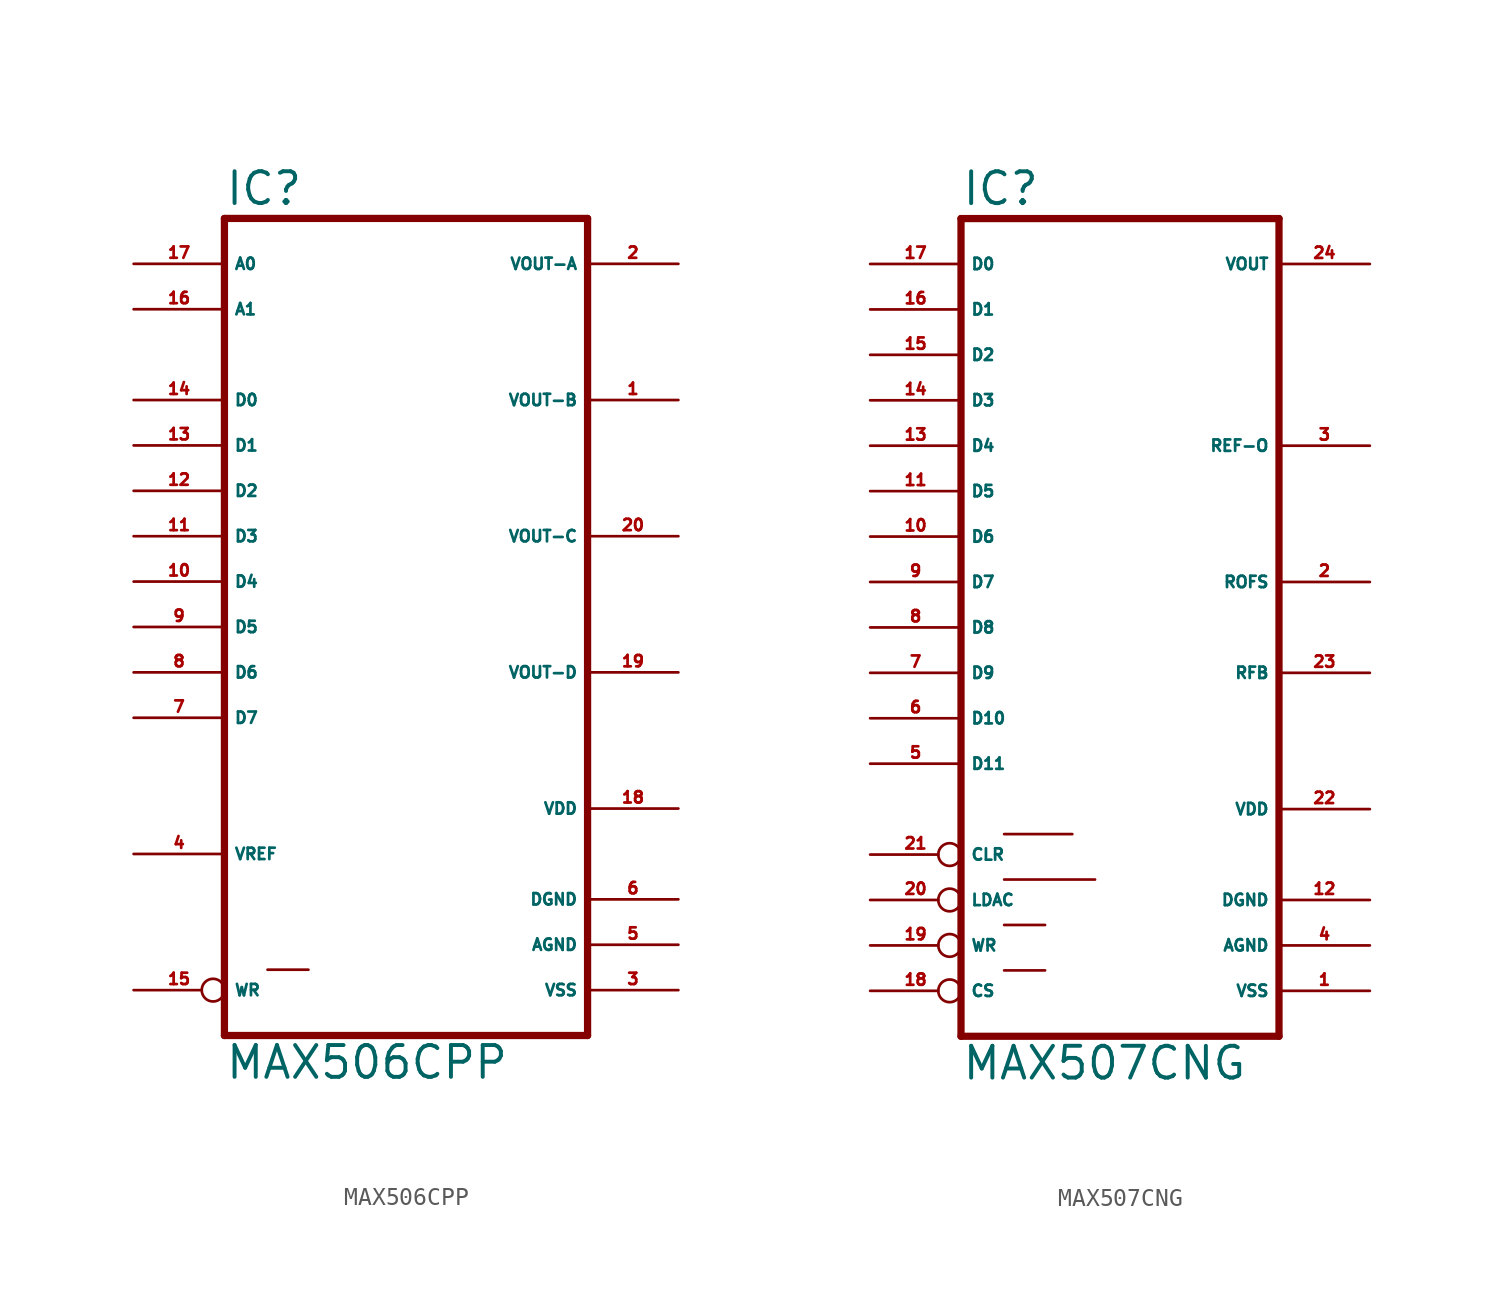
<source format=kicad_sym>
(kicad_symbol_lib
  (version 20220914)
  (generator Eagle2Kicad)
  (symbol "MAX506CPP"
    (property "Reference" "IC"
      (at -10.16 23.495 0)
      (effects (font (size 1.778 1.778) (thickness 0.22)) (justify left bottom)))
    (property "Value" "MAX506CPP"
      (at -10.16 -25.4 0)
      (effects (font (size 1.778 1.778) (thickness 0.22)) (justify left bottom)))
    (polyline
      (pts (xy -10.16 -22.86) (xy 10.16 -22.86))
      (stroke (width 0.406) (type default))
      (fill (type none)))
    (polyline
      (pts (xy 10.16 22.86) (xy 10.16 -22.86))
      (stroke (width 0.406) (type default))
      (fill (type none)))
    (polyline
      (pts (xy 10.16 22.86) (xy -10.16 22.86))
      (stroke (width 0.406) (type default))
      (fill (type none)))
    (polyline
      (pts (xy -10.16 -22.86) (xy -10.16 22.86))
      (stroke (width 0.406) (type default))
      (fill (type none)))
    (polyline
      (pts (xy -7.747 -19.177) (xy -5.461 -19.177))
      (stroke (width 0.152) (type default))
      (fill (type none)))
    (pin input line
      (at -15.24 0 0)
      (length 5.08)
      (name "D5" (effects (font (size 0.635 0.635) (thickness 0.08)) (justify left bottom)))
      (number "9" (effects (font (size 0.635 0.635) (thickness 0.08)) (justify left bottom))))
    (pin input line
      (at -15.24 -2.54 0)
      (length 5.08)
      (name "D6" (effects (font (size 0.635 0.635) (thickness 0.08)) (justify left bottom)))
      (number "8" (effects (font (size 0.635 0.635) (thickness 0.08)) (justify left bottom))))
    (pin input line
      (at -15.24 -5.08 0)
      (length 5.08)
      (name "D7" (effects (font (size 0.635 0.635) (thickness 0.08)) (justify left bottom)))
      (number "7" (effects (font (size 0.635 0.635) (thickness 0.08)) (justify left bottom))))
    (pin input line
      (at -15.24 12.7 0)
      (length 5.08)
      (name "D0" (effects (font (size 0.635 0.635) (thickness 0.08)) (justify left bottom)))
      (number "14" (effects (font (size 0.635 0.635) (thickness 0.08)) (justify left bottom))))
    (pin input line
      (at -15.24 10.16 0)
      (length 5.08)
      (name "D1" (effects (font (size 0.635 0.635) (thickness 0.08)) (justify left bottom)))
      (number "13" (effects (font (size 0.635 0.635) (thickness 0.08)) (justify left bottom))))
    (pin input line
      (at -15.24 7.62 0)
      (length 5.08)
      (name "D2" (effects (font (size 0.635 0.635) (thickness 0.08)) (justify left bottom)))
      (number "12" (effects (font (size 0.635 0.635) (thickness 0.08)) (justify left bottom))))
    (pin input line
      (at -15.24 5.08 0)
      (length 5.08)
      (name "D3" (effects (font (size 0.635 0.635) (thickness 0.08)) (justify left bottom)))
      (number "11" (effects (font (size 0.635 0.635) (thickness 0.08)) (justify left bottom))))
    (pin input line
      (at -15.24 2.54 0)
      (length 5.08)
      (name "D4" (effects (font (size 0.635 0.635) (thickness 0.08)) (justify left bottom)))
      (number "10" (effects (font (size 0.635 0.635) (thickness 0.08)) (justify left bottom))))
    (pin input line
      (at -15.24 20.32 0)
      (length 5.08)
      (name "A0" (effects (font (size 0.635 0.635) (thickness 0.08)) (justify left bottom)))
      (number "17" (effects (font (size 0.635 0.635) (thickness 0.08)) (justify left bottom))))
    (pin input line
      (at -15.24 17.78 0)
      (length 5.08)
      (name "A1" (effects (font (size 0.635 0.635) (thickness 0.08)) (justify left bottom)))
      (number "16" (effects (font (size 0.635 0.635) (thickness 0.08)) (justify left bottom))))
    (pin output line
      (at 15.24 20.32 180)
      (length 5.08)
      (name "VOUT-A" (effects (font (size 0.635 0.635) (thickness 0.08)) (justify left bottom)))
      (number "2" (effects (font (size 0.635 0.635) (thickness 0.08)) (justify left bottom))))
    (pin input inverted
      (at -15.24 -20.32 0)
      (length 5.08)
      (name "WR" (effects (font (size 0.635 0.635) (thickness 0.08)) (justify left bottom)))
      (number "15" (effects (font (size 0.635 0.635) (thickness 0.08)) (justify left bottom))))
    (pin unspecified line
      (at 15.24 -17.78 180)
      (length 5.08)
      (name "AGND" (effects (font (size 0.635 0.635) (thickness 0.08)) (justify left bottom)))
      (number "5" (effects (font (size 0.635 0.635) (thickness 0.08)) (justify left bottom))))
    (pin unspecified line
      (at 15.24 -15.24 180)
      (length 5.08)
      (name "DGND" (effects (font (size 0.635 0.635) (thickness 0.08)) (justify left bottom)))
      (number "6" (effects (font (size 0.635 0.635) (thickness 0.08)) (justify left bottom))))
    (pin unspecified line
      (at 15.24 -10.16 180)
      (length 5.08)
      (name "VDD" (effects (font (size 0.635 0.635) (thickness 0.08)) (justify left bottom)))
      (number "18" (effects (font (size 0.635 0.635) (thickness 0.08)) (justify left bottom))))
    (pin output line
      (at 15.24 12.7 180)
      (length 5.08)
      (name "VOUT-B" (effects (font (size 0.635 0.635) (thickness 0.08)) (justify left bottom)))
      (number "1" (effects (font (size 0.635 0.635) (thickness 0.08)) (justify left bottom))))
    (pin output line
      (at 15.24 5.08 180)
      (length 5.08)
      (name "VOUT-C" (effects (font (size 0.635 0.635) (thickness 0.08)) (justify left bottom)))
      (number "20" (effects (font (size 0.635 0.635) (thickness 0.08)) (justify left bottom))))
    (pin output line
      (at 15.24 -2.54 180)
      (length 5.08)
      (name "VOUT-D" (effects (font (size 0.635 0.635) (thickness 0.08)) (justify left bottom)))
      (number "19" (effects (font (size 0.635 0.635) (thickness 0.08)) (justify left bottom))))
    (pin input line
      (at -15.24 -12.7 0)
      (length 5.08)
      (name "VREF" (effects (font (size 0.635 0.635) (thickness 0.08)) (justify left bottom)))
      (number "4" (effects (font (size 0.635 0.635) (thickness 0.08)) (justify left bottom))))
    (pin unspecified line
      (at 15.24 -20.32 180)
      (length 5.08)
      (name "VSS" (effects (font (size 0.635 0.635) (thickness 0.08)) (justify left bottom)))
      (number "3" (effects (font (size 0.635 0.635) (thickness 0.08)) (justify left bottom)))))
  (symbol "MAX507CNG"
    (property "Reference" "IC"
      (at -10.16 23.495 0)
      (effects (font (size 1.778 1.778) (thickness 0.22)) (justify left bottom)))
    (property "Value" "MAX507CNG"
      (at -10.16 -25.4 0)
      (effects (font (size 1.778 1.778) (thickness 0.22)) (justify left bottom)))
    (polyline
      (pts (xy -10.16 -22.86) (xy 7.62 -22.86))
      (stroke (width 0.406) (type default))
      (fill (type none)))
    (polyline
      (pts (xy 7.62 22.86) (xy 7.62 -22.86))
      (stroke (width 0.406) (type default))
      (fill (type none)))
    (polyline
      (pts (xy 7.62 22.86) (xy -10.16 22.86))
      (stroke (width 0.406) (type default))
      (fill (type none)))
    (polyline
      (pts (xy -10.16 -22.86) (xy -10.16 22.86))
      (stroke (width 0.406) (type default))
      (fill (type none)))
    (polyline
      (pts (xy -7.747 -14.097) (xy -2.667 -14.097))
      (stroke (width 0.152) (type default))
      (fill (type none)))
    (polyline
      (pts (xy -7.747 -19.177) (xy -5.461 -19.177))
      (stroke (width 0.152) (type default))
      (fill (type none)))
    (polyline
      (pts (xy -7.747 -11.557) (xy -3.937 -11.557))
      (stroke (width 0.152) (type default))
      (fill (type none)))
    (polyline
      (pts (xy -7.747 -16.637) (xy -5.461 -16.637))
      (stroke (width 0.152) (type default))
      (fill (type none)))
    (pin input line
      (at -15.24 7.62 0)
      (length 5.08)
      (name "D5" (effects (font (size 0.635 0.635) (thickness 0.08)) (justify left bottom)))
      (number "11" (effects (font (size 0.635 0.635) (thickness 0.08)) (justify left bottom))))
    (pin input line
      (at -15.24 5.08 0)
      (length 5.08)
      (name "D6" (effects (font (size 0.635 0.635) (thickness 0.08)) (justify left bottom)))
      (number "10" (effects (font (size 0.635 0.635) (thickness 0.08)) (justify left bottom))))
    (pin input line
      (at -15.24 2.54 0)
      (length 5.08)
      (name "D7" (effects (font (size 0.635 0.635) (thickness 0.08)) (justify left bottom)))
      (number "9" (effects (font (size 0.635 0.635) (thickness 0.08)) (justify left bottom))))
    (pin input line
      (at -15.24 20.32 0)
      (length 5.08)
      (name "D0" (effects (font (size 0.635 0.635) (thickness 0.08)) (justify left bottom)))
      (number "17" (effects (font (size 0.635 0.635) (thickness 0.08)) (justify left bottom))))
    (pin input line
      (at -15.24 17.78 0)
      (length 5.08)
      (name "D1" (effects (font (size 0.635 0.635) (thickness 0.08)) (justify left bottom)))
      (number "16" (effects (font (size 0.635 0.635) (thickness 0.08)) (justify left bottom))))
    (pin input line
      (at -15.24 15.24 0)
      (length 5.08)
      (name "D2" (effects (font (size 0.635 0.635) (thickness 0.08)) (justify left bottom)))
      (number "15" (effects (font (size 0.635 0.635) (thickness 0.08)) (justify left bottom))))
    (pin input line
      (at -15.24 12.7 0)
      (length 5.08)
      (name "D3" (effects (font (size 0.635 0.635) (thickness 0.08)) (justify left bottom)))
      (number "14" (effects (font (size 0.635 0.635) (thickness 0.08)) (justify left bottom))))
    (pin input line
      (at -15.24 10.16 0)
      (length 5.08)
      (name "D4" (effects (font (size 0.635 0.635) (thickness 0.08)) (justify left bottom)))
      (number "13" (effects (font (size 0.635 0.635) (thickness 0.08)) (justify left bottom))))
    (pin input line
      (at -15.24 0 0)
      (length 5.08)
      (name "D8" (effects (font (size 0.635 0.635) (thickness 0.08)) (justify left bottom)))
      (number "8" (effects (font (size 0.635 0.635) (thickness 0.08)) (justify left bottom))))
    (pin input inverted
      (at -15.24 -15.24 0)
      (length 5.08)
      (name "LDAC" (effects (font (size 0.635 0.635) (thickness 0.08)) (justify left bottom)))
      (number "20" (effects (font (size 0.635 0.635) (thickness 0.08)) (justify left bottom))))
    (pin output line
      (at 12.7 20.32 180)
      (length 5.08)
      (name "VOUT" (effects (font (size 0.635 0.635) (thickness 0.08)) (justify left bottom)))
      (number "24" (effects (font (size 0.635 0.635) (thickness 0.08)) (justify left bottom))))
    (pin input inverted
      (at -15.24 -17.78 0)
      (length 5.08)
      (name "WR" (effects (font (size 0.635 0.635) (thickness 0.08)) (justify left bottom)))
      (number "19" (effects (font (size 0.635 0.635) (thickness 0.08)) (justify left bottom))))
    (pin unspecified line
      (at 12.7 -17.78 180)
      (length 5.08)
      (name "AGND" (effects (font (size 0.635 0.635) (thickness 0.08)) (justify left bottom)))
      (number "4" (effects (font (size 0.635 0.635) (thickness 0.08)) (justify left bottom))))
    (pin unspecified line
      (at 12.7 -15.24 180)
      (length 5.08)
      (name "DGND" (effects (font (size 0.635 0.635) (thickness 0.08)) (justify left bottom)))
      (number "12" (effects (font (size 0.635 0.635) (thickness 0.08)) (justify left bottom))))
    (pin unspecified line
      (at 12.7 -10.16 180)
      (length 5.08)
      (name "VDD" (effects (font (size 0.635 0.635) (thickness 0.08)) (justify left bottom)))
      (number "22" (effects (font (size 0.635 0.635) (thickness 0.08)) (justify left bottom))))
    (pin output line
      (at 12.7 10.16 180)
      (length 5.08)
      (name "REF-O" (effects (font (size 0.635 0.635) (thickness 0.08)) (justify left bottom)))
      (number "3" (effects (font (size 0.635 0.635) (thickness 0.08)) (justify left bottom))))
    (pin passive line
      (at 12.7 2.54 180)
      (length 5.08)
      (name "ROFS" (effects (font (size 0.635 0.635) (thickness 0.08)) (justify left bottom)))
      (number "2" (effects (font (size 0.635 0.635) (thickness 0.08)) (justify left bottom))))
    (pin passive line
      (at 12.7 -2.54 180)
      (length 5.08)
      (name "RFB" (effects (font (size 0.635 0.635) (thickness 0.08)) (justify left bottom)))
      (number "23" (effects (font (size 0.635 0.635) (thickness 0.08)) (justify left bottom))))
    (pin input line
      (at -15.24 -2.54 0)
      (length 5.08)
      (name "D9" (effects (font (size 0.635 0.635) (thickness 0.08)) (justify left bottom)))
      (number "7" (effects (font (size 0.635 0.635) (thickness 0.08)) (justify left bottom))))
    (pin input line
      (at -15.24 -5.08 0)
      (length 5.08)
      (name "D10" (effects (font (size 0.635 0.635) (thickness 0.08)) (justify left bottom)))
      (number "6" (effects (font (size 0.635 0.635) (thickness 0.08)) (justify left bottom))))
    (pin input line
      (at -15.24 -7.62 0)
      (length 5.08)
      (name "D11" (effects (font (size 0.635 0.635) (thickness 0.08)) (justify left bottom)))
      (number "5" (effects (font (size 0.635 0.635) (thickness 0.08)) (justify left bottom))))
    (pin unspecified line
      (at 12.7 -20.32 180)
      (length 5.08)
      (name "VSS" (effects (font (size 0.635 0.635) (thickness 0.08)) (justify left bottom)))
      (number "1" (effects (font (size 0.635 0.635) (thickness 0.08)) (justify left bottom))))
    (pin input inverted
      (at -15.24 -12.7 0)
      (length 5.08)
      (name "CLR" (effects (font (size 0.635 0.635) (thickness 0.08)) (justify left bottom)))
      (number "21" (effects (font (size 0.635 0.635) (thickness 0.08)) (justify left bottom))))
    (pin input inverted
      (at -15.24 -20.32 0)
      (length 5.08)
      (name "CS" (effects (font (size 0.635 0.635) (thickness 0.08)) (justify left bottom)))
      (number "18" (effects (font (size 0.635 0.635) (thickness 0.08)) (justify left bottom))))))
</source>
